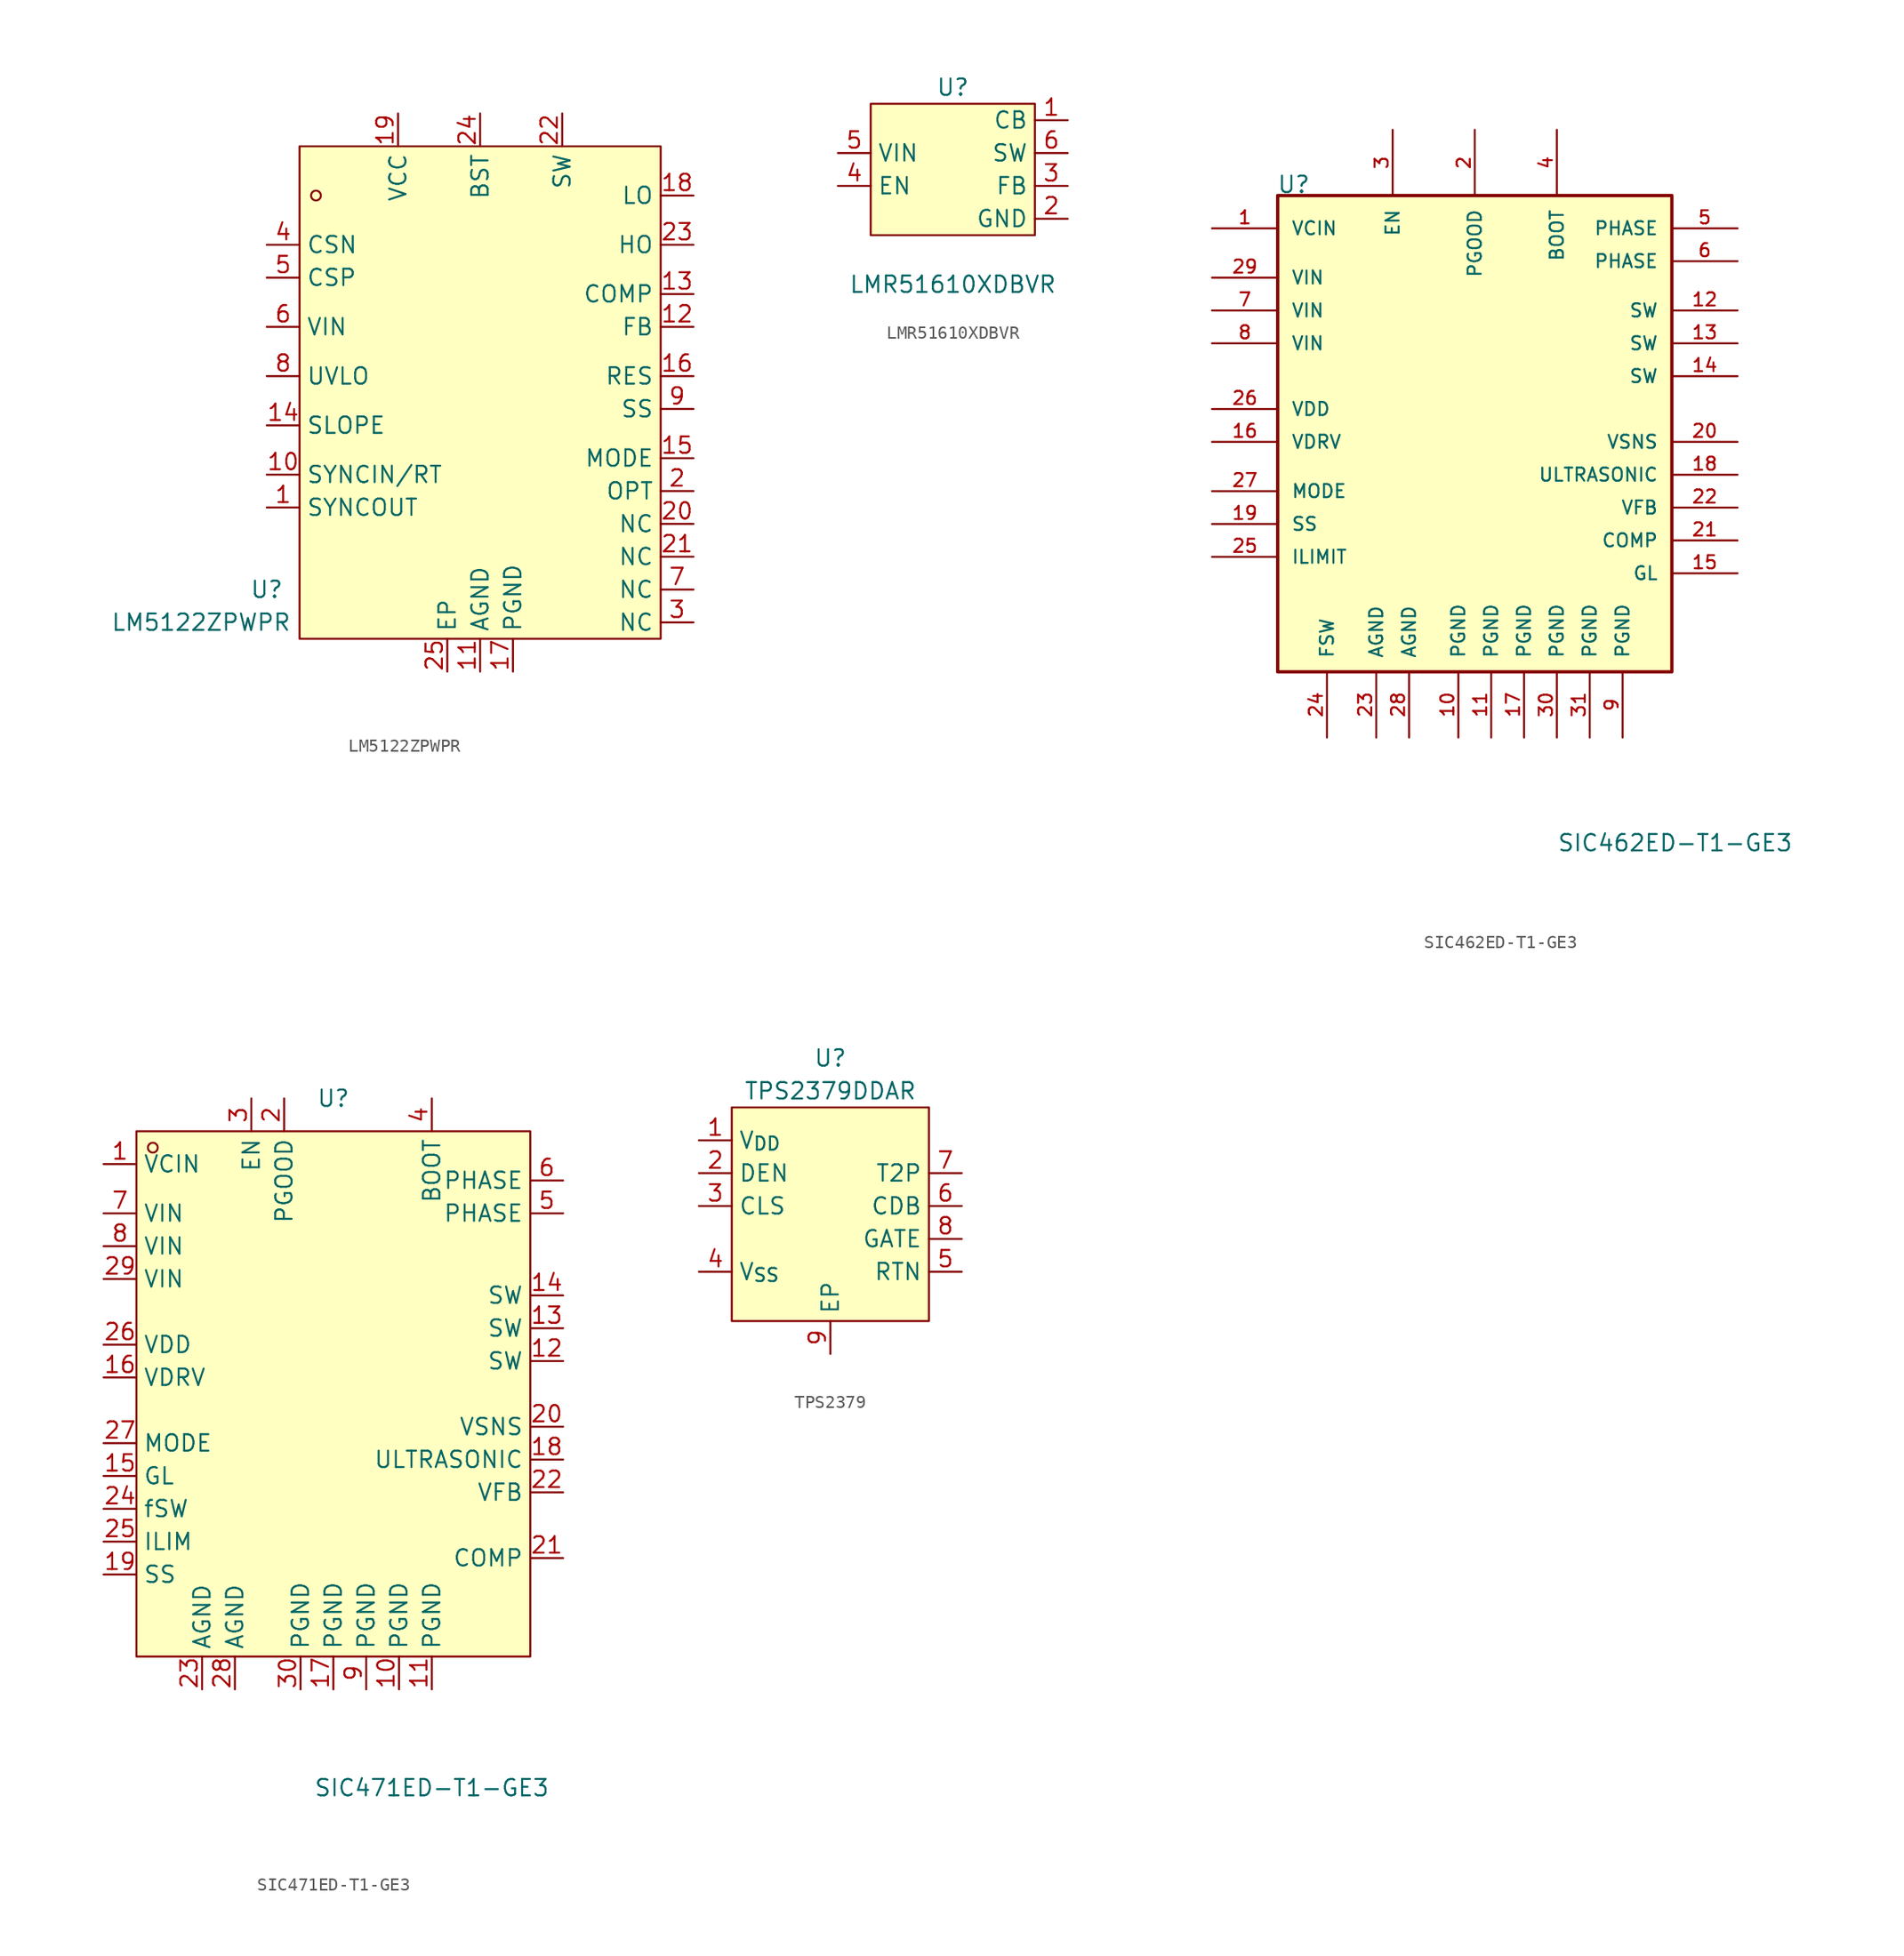
<source format=kicad_sym>
(kicad_symbol_lib
  (version 20231120)
  (generator "kicad_symbol_editor")
  (generator_version "8.0")
  (symbol "LM5122ZPWPR"
    (property "Reference" "U"
      (at -16.51 -16.51 0)
      (effects (font (size 1.27 1.27))))
    (property "Value" "LM5122ZPWPR"
      (at -21.59 -19.05 0)
      (effects (font (size 1.27 1.27))))
    (symbol "LM5122ZPWPR_0_1"
      (rectangle (start -13.97 17.78) (end 13.97 -20.32) (stroke (width 0) (type default)) (fill (type background)))
      (circle (center -12.7 13.97) (radius 0.38) (stroke (width 0) (type default)) (fill (type none)))
      (pin unspecified line (at -16.51 -10.16 0) (length 2.54) (name "SYNCOUT" (effects (font (size 1.27 1.27)))) (number "1" (effects (font (size 1.27 1.27)))))
      (pin unspecified line (at -16.51 -7.62 0) (length 2.54) (name "SYNCIN/RT" (effects (font (size 1.27 1.27)))) (number "10" (effects (font (size 1.27 1.27)))))
      (pin unspecified line (at 0 -22.86 90) (length 2.54) (name "AGND" (effects (font (size 1.27 1.27)))) (number "11" (effects (font (size 1.27 1.27)))))
      (pin unspecified line (at 16.51 3.81 180) (length 2.54) (name "FB" (effects (font (size 1.27 1.27)))) (number "12" (effects (font (size 1.27 1.27)))))
      (pin unspecified line (at 16.51 6.35 180) (length 2.54) (name "COMP" (effects (font (size 1.27 1.27)))) (number "13" (effects (font (size 1.27 1.27)))))
      (pin unspecified line (at -16.51 -3.81 0) (length 2.54) (name "SLOPE" (effects (font (size 1.27 1.27)))) (number "14" (effects (font (size 1.27 1.27)))))
      (pin unspecified line (at 16.51 -6.35 180) (length 2.54) (name "MODE" (effects (font (size 1.27 1.27)))) (number "15" (effects (font (size 1.27 1.27)))))
      (pin unspecified line (at 16.51 0 180) (length 2.54) (name "RES" (effects (font (size 1.27 1.27)))) (number "16" (effects (font (size 1.27 1.27)))))
      (pin unspecified line (at 2.54 -22.86 90) (length 2.54) (name "PGND" (effects (font (size 1.27 1.27)))) (number "17" (effects (font (size 1.27 1.27)))))
      (pin unspecified line (at 16.51 13.97 180) (length 2.54) (name "LO" (effects (font (size 1.27 1.27)))) (number "18" (effects (font (size 1.27 1.27)))))
      (pin unspecified line (at -6.35 20.32 270) (length 2.54) (name "VCC" (effects (font (size 1.27 1.27)))) (number "19" (effects (font (size 1.27 1.27)))))
      (pin unspecified line (at 16.51 -8.89 180) (length 2.54) (name "OPT" (effects (font (size 1.27 1.27)))) (number "2" (effects (font (size 1.27 1.27)))))
      (pin unspecified line (at 16.51 -11.43 180) (length 2.54) (name "NC" (effects (font (size 1.27 1.27)))) (number "20" (effects (font (size 1.27 1.27)))))
      (pin unspecified line (at 16.51 -13.97 180) (length 2.54) (name "NC" (effects (font (size 1.27 1.27)))) (number "21" (effects (font (size 1.27 1.27)))))
      (pin unspecified line (at 6.35 20.32 270) (length 2.54) (name "SW" (effects (font (size 1.27 1.27)))) (number "22" (effects (font (size 1.27 1.27)))))
      (pin unspecified line (at 16.51 10.16 180) (length 2.54) (name "HO" (effects (font (size 1.27 1.27)))) (number "23" (effects (font (size 1.27 1.27)))))
      (pin unspecified line (at 0 20.32 270) (length 2.54) (name "BST" (effects (font (size 1.27 1.27)))) (number "24" (effects (font (size 1.27 1.27)))))
      (pin unspecified line (at -2.54 -22.86 90) (length 2.54) (name "EP" (effects (font (size 1.27 1.27)))) (number "25" (effects (font (size 1.27 1.27)))))
      (pin unspecified line (at 16.51 -19.05 180) (length 2.54) (name "NC" (effects (font (size 1.27 1.27)))) (number "3" (effects (font (size 1.27 1.27)))))
      (pin unspecified line (at -16.51 10.16 0) (length 2.54) (name "CSN" (effects (font (size 1.27 1.27)))) (number "4" (effects (font (size 1.27 1.27)))))
      (pin unspecified line (at -16.51 7.62 0) (length 2.54) (name "CSP" (effects (font (size 1.27 1.27)))) (number "5" (effects (font (size 1.27 1.27)))))
      (pin unspecified line (at -16.51 3.81 0) (length 2.54) (name "VIN" (effects (font (size 1.27 1.27)))) (number "6" (effects (font (size 1.27 1.27)))))
      (pin unspecified line (at 16.51 -16.51 180) (length 2.54) (name "NC" (effects (font (size 1.27 1.27)))) (number "7" (effects (font (size 1.27 1.27)))))
      (pin unspecified line (at -16.51 0 0) (length 2.54) (name "UVLO" (effects (font (size 1.27 1.27)))) (number "8" (effects (font (size 1.27 1.27)))))
      (pin unspecified line (at 16.51 -2.54 180) (length 2.54) (name "SS" (effects (font (size 1.27 1.27)))) (number "9" (effects (font (size 1.27 1.27)))))))
  (symbol "LMR51610XDBVR"
    (property "Reference" "U"
      (at 0 7.62 0)
      (effects (font (size 1.27 1.27))))
    (property "Value" "LMR51610XDBVR"
      (at 0 -7.62 0)
      (effects (font (size 1.27 1.27))))
    (symbol "LMR51610XDBVR_0_1"
      (rectangle (start -6.35 6.35) (end 6.35 -3.81) (stroke (width 0) (type default)) (fill (type background)))
      (pin unspecified line (at 8.89 5.08 180) (length 2.54) (name "CB" (effects (font (size 1.27 1.27)))) (number "1" (effects (font (size 1.27 1.27)))))
      (pin unspecified line (at 8.89 -2.54 180) (length 2.54) (name "GND" (effects (font (size 1.27 1.27)))) (number "2" (effects (font (size 1.27 1.27)))))
      (pin unspecified line (at 8.89 0 180) (length 2.54) (name "FB" (effects (font (size 1.27 1.27)))) (number "3" (effects (font (size 1.27 1.27)))))
      (pin unspecified line (at -8.89 0 0) (length 2.54) (name "EN" (effects (font (size 1.27 1.27)))) (number "4" (effects (font (size 1.27 1.27)))))
      (pin unspecified line (at -8.89 2.54 0) (length 2.54) (name "VIN" (effects (font (size 1.27 1.27)))) (number "5" (effects (font (size 1.27 1.27)))))
      (pin unspecified line (at 8.89 2.54 180) (length 2.54) (name "SW" (effects (font (size 1.27 1.27)))) (number "6" (effects (font (size 1.27 1.27)))))))
  (symbol "SIC462ED-T1-GE3"
    (pin_names
      (offset 1.016))
    (property "Reference" "U"
      (at -15.309 22.964 0)
      (effects (font (size 1.27 1.27)) (justify left bottom)))
    (property "Value" "SIC462ED-T1-GE3"
      (at 6.35 -27.94 0)
      (effects (font (size 1.27 1.27)) (justify left bottom)))
    (symbol "SIC462ED-T1-GE3_0_0"
      (rectangle (start -15.24 22.86) (end 15.24 -13.97) (stroke (width 0.254) (type default)) (fill (type background)))
      (pin power_in line (at -20.32 20.32 0) (length 5.08) (name "VCIN" (effects (font (size 1.016 1.016)))) (number "1" (effects (font (size 1.016 1.016)))))
      (pin power_in line (at -1.27 -19.05 90) (length 5.08) (name "PGND" (effects (font (size 1.016 1.016)))) (number "10" (effects (font (size 1.016 1.016)))))
      (pin power_in line (at 1.27 -19.05 90) (length 5.08) (name "PGND" (effects (font (size 1.016 1.016)))) (number "11" (effects (font (size 1.016 1.016)))))
      (pin bidirectional line (at 20.32 13.97 180) (length 5.08) (name "SW" (effects (font (size 1.016 1.016)))) (number "12" (effects (font (size 1.016 1.016)))))
      (pin bidirectional line (at 20.32 11.43 180) (length 5.08) (name "SW" (effects (font (size 1.016 1.016)))) (number "13" (effects (font (size 1.016 1.016)))))
      (pin bidirectional line (at 20.32 8.89 180) (length 5.08) (name "SW" (effects (font (size 1.016 1.016)))) (number "14" (effects (font (size 1.016 1.016)))))
      (pin bidirectional line (at 20.32 -6.35 180) (length 5.08) (name "GL" (effects (font (size 1.016 1.016)))) (number "15" (effects (font (size 1.016 1.016)))))
      (pin power_in line (at -20.32 3.81 0) (length 5.08) (name "VDRV" (effects (font (size 1.016 1.016)))) (number "16" (effects (font (size 1.016 1.016)))))
      (pin power_in line (at 3.81 -19.05 90) (length 5.08) (name "PGND" (effects (font (size 1.016 1.016)))) (number "17" (effects (font (size 1.016 1.016)))))
      (pin bidirectional line (at 20.32 1.27 180) (length 5.08) (name "ULTRASONIC" (effects (font (size 1.016 1.016)))) (number "18" (effects (font (size 1.016 1.016)))))
      (pin passive line (at -20.32 -2.54 0) (length 5.08) (name "SS" (effects (font (size 1.016 1.016)))) (number "19" (effects (font (size 1.016 1.016)))))
      (pin output line (at 0 27.94 270) (length 5.08) (name "PGOOD" (effects (font (size 1.016 1.016)))) (number "2" (effects (font (size 1.016 1.016)))))
      (pin power_in line (at 20.32 3.81 180) (length 5.08) (name "VSNS" (effects (font (size 1.016 1.016)))) (number "20" (effects (font (size 1.016 1.016)))))
      (pin output line (at 20.32 -3.81 180) (length 5.08) (name "COMP" (effects (font (size 1.016 1.016)))) (number "21" (effects (font (size 1.016 1.016)))))
      (pin input line (at 20.32 -1.27 180) (length 5.08) (name "VFB" (effects (font (size 1.016 1.016)))) (number "22" (effects (font (size 1.016 1.016)))))
      (pin power_in line (at -7.62 -19.05 90) (length 5.08) (name "AGND" (effects (font (size 1.016 1.016)))) (number "23" (effects (font (size 1.016 1.016)))))
      (pin passive line (at -11.43 -19.05 90) (length 5.08) (name "FSW" (effects (font (size 1.016 1.016)))) (number "24" (effects (font (size 1.016 1.016)))))
      (pin passive line (at -20.32 -5.08 0) (length 5.08) (name "ILIMIT" (effects (font (size 1.016 1.016)))) (number "25" (effects (font (size 1.016 1.016)))))
      (pin power_in line (at -20.32 6.35 0) (length 5.08) (name "VDD" (effects (font (size 1.016 1.016)))) (number "26" (effects (font (size 1.016 1.016)))))
      (pin bidirectional line (at -20.32 0 0) (length 5.08) (name "MODE" (effects (font (size 1.016 1.016)))) (number "27" (effects (font (size 1.016 1.016)))))
      (pin power_in line (at -5.08 -19.05 90) (length 5.08) (name "AGND" (effects (font (size 1.016 1.016)))) (number "28" (effects (font (size 1.016 1.016)))))
      (pin power_in line (at -20.32 16.51 0) (length 5.08) (name "VIN" (effects (font (size 1.016 1.016)))) (number "29" (effects (font (size 1.016 1.016)))))
      (pin input line (at -6.35 27.94 270) (length 5.08) (name "EN" (effects (font (size 1.016 1.016)))) (number "3" (effects (font (size 1.016 1.016)))))
      (pin power_in line (at 6.35 -19.05 90) (length 5.08) (name "PGND" (effects (font (size 1.016 1.016)))) (number "30" (effects (font (size 1.016 1.016)))))
      (pin power_in line (at 8.89 -19.05 90) (length 5.08) (name "PGND" (effects (font (size 1.016 1.016)))) (number "31" (effects (font (size 1.016 1.016)))))
      (pin bidirectional line (at 6.35 27.94 270) (length 5.08) (name "BOOT" (effects (font (size 1.016 1.016)))) (number "4" (effects (font (size 1.016 1.016)))))
      (pin bidirectional line (at 20.32 20.32 180) (length 5.08) (name "PHASE" (effects (font (size 1.016 1.016)))) (number "5" (effects (font (size 1.016 1.016)))))
      (pin bidirectional line (at 20.32 17.78 180) (length 5.08) (name "PHASE" (effects (font (size 1.016 1.016)))) (number "6" (effects (font (size 1.016 1.016)))))
      (pin power_in line (at -20.32 13.97 0) (length 5.08) (name "VIN" (effects (font (size 1.016 1.016)))) (number "7" (effects (font (size 1.016 1.016)))))
      (pin power_in line (at -20.32 11.43 0) (length 5.08) (name "VIN" (effects (font (size 1.016 1.016)))) (number "8" (effects (font (size 1.016 1.016)))))
      (pin power_in line (at 11.43 -19.05 90) (length 5.08) (name "PGND" (effects (font (size 1.016 1.016)))) (number "9" (effects (font (size 1.016 1.016)))))))
  (symbol "SIC471ED-T1-GE3"
    (property "Reference" "U"
      (at 0 22.86 0)
      (effects (font (size 1.27 1.27))))
    (property "Value" "SIC471ED-T1-GE3"
      (at 7.62 -30.48 0)
      (effects (font (size 1.27 1.27))))
    (symbol "SIC471ED-T1-GE3_0_1"
      (rectangle (start -15.24 20.32) (end 15.24 -20.32) (stroke (width 0) (type default)) (fill (type background)))
      (circle (center -13.97 19.05) (radius 0.38) (stroke (width 0) (type default)) (fill (type none)))
      (pin unspecified line (at -17.78 17.78 0) (length 2.54) (name "VCIN" (effects (font (size 1.27 1.27)))) (number "1" (effects (font (size 1.27 1.27)))))
      (pin unspecified line (at 5.08 -22.86 90) (length 2.54) (name "PGND" (effects (font (size 1.27 1.27)))) (number "10" (effects (font (size 1.27 1.27)))))
      (pin unspecified line (at 7.62 -22.86 90) (length 2.54) (name "PGND" (effects (font (size 1.27 1.27)))) (number "11" (effects (font (size 1.27 1.27)))))
      (pin unspecified line (at 17.78 2.54 180) (length 2.54) (name "SW" (effects (font (size 1.27 1.27)))) (number "12" (effects (font (size 1.27 1.27)))))
      (pin unspecified line (at 17.78 5.08 180) (length 2.54) (name "SW" (effects (font (size 1.27 1.27)))) (number "13" (effects (font (size 1.27 1.27)))))
      (pin unspecified line (at 17.78 7.62 180) (length 2.54) (name "SW" (effects (font (size 1.27 1.27)))) (number "14" (effects (font (size 1.27 1.27)))))
      (pin unspecified line (at -17.78 -6.35 0) (length 2.54) (name "GL" (effects (font (size 1.27 1.27)))) (number "15" (effects (font (size 1.27 1.27)))))
      (pin unspecified line (at -17.78 1.27 0) (length 2.54) (name "VDRV" (effects (font (size 1.27 1.27)))) (number "16" (effects (font (size 1.27 1.27)))))
      (pin unspecified line (at 0 -22.86 90) (length 2.54) (name "PGND" (effects (font (size 1.27 1.27)))) (number "17" (effects (font (size 1.27 1.27)))))
      (pin unspecified line (at 17.78 -5.08 180) (length 2.54) (name "ULTRASONIC" (effects (font (size 1.27 1.27)))) (number "18" (effects (font (size 1.27 1.27)))))
      (pin unspecified line (at -17.78 -13.97 0) (length 2.54) (name "SS" (effects (font (size 1.27 1.27)))) (number "19" (effects (font (size 1.27 1.27)))))
      (pin unspecified line (at -3.81 22.86 270) (length 2.54) (name "PGOOD" (effects (font (size 1.27 1.27)))) (number "2" (effects (font (size 1.27 1.27)))))
      (pin unspecified line (at 17.78 -2.54 180) (length 2.54) (name "VSNS" (effects (font (size 1.27 1.27)))) (number "20" (effects (font (size 1.27 1.27)))))
      (pin unspecified line (at 17.78 -12.7 180) (length 2.54) (name "COMP" (effects (font (size 1.27 1.27)))) (number "21" (effects (font (size 1.27 1.27)))))
      (pin unspecified line (at 17.78 -7.62 180) (length 2.54) (name "VFB" (effects (font (size 1.27 1.27)))) (number "22" (effects (font (size 1.27 1.27)))))
      (pin unspecified line (at -10.16 -22.86 90) (length 2.54) (name "AGND" (effects (font (size 1.27 1.27)))) (number "23" (effects (font (size 1.27 1.27)))))
      (pin unspecified line (at -17.78 -8.89 0) (length 2.54) (name "fSW" (effects (font (size 1.27 1.27)))) (number "24" (effects (font (size 1.27 1.27)))))
      (pin unspecified line (at -17.78 -11.43 0) (length 2.54) (name "ILIM" (effects (font (size 1.27 1.27)))) (number "25" (effects (font (size 1.27 1.27)))))
      (pin unspecified line (at -17.78 3.81 0) (length 2.54) (name "VDD" (effects (font (size 1.27 1.27)))) (number "26" (effects (font (size 1.27 1.27)))))
      (pin unspecified line (at -17.78 -3.81 0) (length 2.54) (name "MODE" (effects (font (size 1.27 1.27)))) (number "27" (effects (font (size 1.27 1.27)))))
      (pin unspecified line (at -7.62 -22.86 90) (length 2.54) (name "AGND" (effects (font (size 1.27 1.27)))) (number "28" (effects (font (size 1.27 1.27)))))
      (pin unspecified line (at -17.78 8.89 0) (length 2.54) (name "VIN" (effects (font (size 1.27 1.27)))) (number "29" (effects (font (size 1.27 1.27)))))
      (pin unspecified line (at -6.35 22.86 270) (length 2.54) (name "EN" (effects (font (size 1.27 1.27)))) (number "3" (effects (font (size 1.27 1.27)))))
      (pin unspecified line (at -2.54 -22.86 90) (length 2.54) (name "PGND" (effects (font (size 1.27 1.27)))) (number "30" (effects (font (size 1.27 1.27)))))
      (pin unspecified line (at 7.62 22.86 270) (length 2.54) (name "BOOT" (effects (font (size 1.27 1.27)))) (number "4" (effects (font (size 1.27 1.27)))))
      (pin unspecified line (at 17.78 13.97 180) (length 2.54) (name "PHASE" (effects (font (size 1.27 1.27)))) (number "5" (effects (font (size 1.27 1.27)))))
      (pin unspecified line (at 17.78 16.51 180) (length 2.54) (name "PHASE" (effects (font (size 1.27 1.27)))) (number "6" (effects (font (size 1.27 1.27)))))
      (pin unspecified line (at -17.78 13.97 0) (length 2.54) (name "VIN" (effects (font (size 1.27 1.27)))) (number "7" (effects (font (size 1.27 1.27)))))
      (pin unspecified line (at -17.78 11.43 0) (length 2.54) (name "VIN" (effects (font (size 1.27 1.27)))) (number "8" (effects (font (size 1.27 1.27)))))
      (pin unspecified line (at 2.54 -22.86 90) (length 2.54) (name "PGND" (effects (font (size 1.27 1.27)))) (number "9" (effects (font (size 1.27 1.27)))))))
  (symbol "TPS2379"
    (property "Reference" "U"
      (at 0 10.16 0)
      (effects (font (size 1.27 1.27))))
    (property "Value" "TPS2379DDAR"
      (at 0 7.62 0)
      (effects (font (size 1.27 1.27))))
    (symbol "TPS2379_1_1"
      (rectangle (start -7.62 6.35) (end 7.62 -10.16) (stroke (width 0) (type default)) (fill (type background)))
      (pin power_in line (at -10.16 3.81 0) (length 2.54) (name "V_{DD}" (effects (font (size 1.27 1.27)))) (number "1" (effects (font (size 1.27 1.27)))))
      (pin input line (at -10.16 1.27 0) (length 2.54) (name "DEN" (effects (font (size 1.27 1.27)))) (number "2" (effects (font (size 1.27 1.27)))))
      (pin input line (at -10.16 -1.27 0) (length 2.54) (name "CLS" (effects (font (size 1.27 1.27)))) (number "3" (effects (font (size 1.27 1.27)))))
      (pin power_in line (at -10.16 -6.35 0) (length 2.54) (name "V_{SS}" (effects (font (size 1.27 1.27)))) (number "4" (effects (font (size 1.27 1.27)))))
      (pin power_out line (at 10.16 -6.35 180) (length 2.54) (name "RTN" (effects (font (size 1.27 1.27)))) (number "5" (effects (font (size 1.27 1.27)))))
      (pin output line (at 10.16 -1.27 180) (length 2.54) (name "CDB" (effects (font (size 1.27 1.27)))) (number "6" (effects (font (size 1.27 1.27)))))
      (pin input line (at 10.16 1.27 180) (length 2.54) (name "T2P" (effects (font (size 1.27 1.27)))) (number "7" (effects (font (size 1.27 1.27)))))
      (pin output line (at 10.16 -3.81 180) (length 2.54) (name "GATE" (effects (font (size 1.27 1.27)))) (number "8" (effects (font (size 1.27 1.27)))))
      (pin power_out line (at 0 -12.7 90) (length 2.54) (name "EP" (effects (font (size 1.27 1.27)))) (number "9" (effects (font (size 1.27 1.27))))))))
</source>
